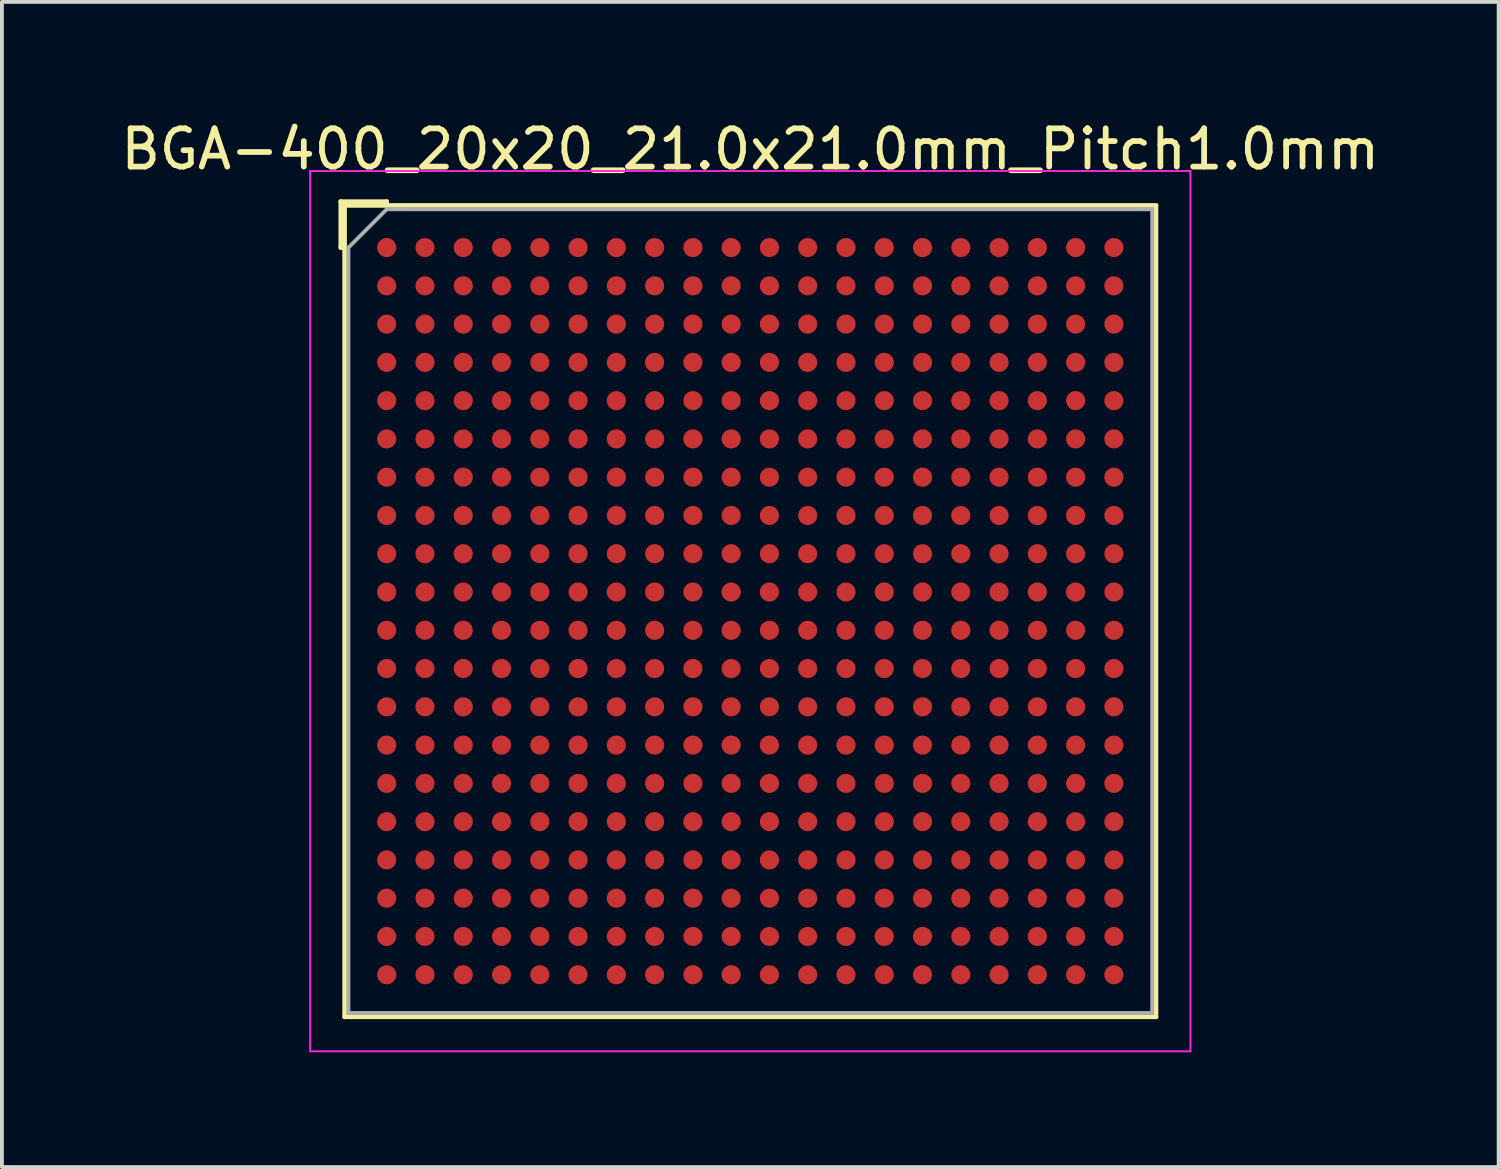
<source format=kicad_pcb>
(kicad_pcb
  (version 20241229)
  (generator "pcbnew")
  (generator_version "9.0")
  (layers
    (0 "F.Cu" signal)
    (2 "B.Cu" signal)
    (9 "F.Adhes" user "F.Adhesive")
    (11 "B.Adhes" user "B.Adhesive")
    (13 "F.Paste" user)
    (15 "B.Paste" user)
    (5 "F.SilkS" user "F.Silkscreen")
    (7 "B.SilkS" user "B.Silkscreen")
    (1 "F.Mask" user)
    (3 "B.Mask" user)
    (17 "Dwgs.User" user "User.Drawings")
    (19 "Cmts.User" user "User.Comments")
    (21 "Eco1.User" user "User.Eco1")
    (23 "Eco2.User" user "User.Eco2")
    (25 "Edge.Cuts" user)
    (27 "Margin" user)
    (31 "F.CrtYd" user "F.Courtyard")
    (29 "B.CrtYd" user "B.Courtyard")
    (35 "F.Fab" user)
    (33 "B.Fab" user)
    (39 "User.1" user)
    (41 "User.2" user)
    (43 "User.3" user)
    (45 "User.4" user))
  (footprint "BGA-400_20x20_21.0x21.0mm_Pitch1.0mm"
    (layer "F.Cu")
    (at 16.554 12.918)
    (property "Reference" "BGA-400_20x20_21.0x21.0mm_Pitch1.0mm" (at 0 -12.07 0) (layer "F.SilkS") (effects (font (size 1 1) (thickness 0.15))))
    (attr smd)
    (fp_line (start -10.7 -10.7) (end -10.6 -10.6) (stroke (width 0.12) (type solid)) (layer "F.SilkS"))
    (fp_line (start -10.7 -10.7) (end -9.5 -10.7) (stroke (width 0.12) (type solid)) (layer "F.SilkS"))
    (fp_line (start -10.7 -9.5) (end -10.7 -10.7) (stroke (width 0.12) (type solid)) (layer "F.SilkS"))
    (fp_line (start -10.7 -9.5) (end -10.6 -9.5) (stroke (width 0.12) (type solid)) (layer "F.SilkS"))
    (fp_line (start -10.6 -10.6) (end 10.6 -10.6) (stroke (width 0.12) (type solid)) (layer "F.SilkS"))
    (fp_line (start -10.6 10.6) (end -10.6 -10.6) (stroke (width 0.12) (type solid)) (layer "F.SilkS"))
    (fp_line (start -9.5 -10.7) (end -9.5 -10.6) (stroke (width 0.12) (type solid)) (layer "F.SilkS"))
    (fp_line (start 10.6 -10.6) (end 10.6 10.6) (stroke (width 0.12) (type solid)) (layer "F.SilkS"))
    (fp_line (start 10.6 10.6) (end -10.6 10.6) (stroke (width 0.12) (type solid)) (layer "F.SilkS"))
    (fp_line (start -11.5 -11.5) (end -11.5 11.5) (stroke (width 0.05) (type solid)) (layer "F.CrtYd"))
    (fp_line (start -11.5 -11.5) (end 11.5 -11.5) (stroke (width 0.05) (type solid)) (layer "F.CrtYd"))
    (fp_line (start 11.5 11.5) (end -11.5 11.5) (stroke (width 0.05) (type solid)) (layer "F.CrtYd"))
    (fp_line (start 11.5 11.5) (end 11.5 -11.5) (stroke (width 0.05) (type solid)) (layer "F.CrtYd"))
    (fp_line (start -10.5 -9.5) (end -9.5 -10.5) (stroke (width 0.1) (type solid)) (layer "F.Fab"))
    (fp_line (start -10.5 10.5) (end -10.5 -9.5) (stroke (width 0.1) (type solid)) (layer "F.Fab"))
    (fp_line (start -9.5 -10.5) (end 10.5 -10.5) (stroke (width 0.1) (type solid)) (layer "F.Fab"))
    (fp_line (start 10.5 -10.5) (end 10.5 10.5) (stroke (width 0.1) (type solid)) (layer "F.Fab"))
    (fp_line (start 10.5 10.5) (end -10.5 10.5) (stroke (width 0.1) (type solid)) (layer "F.Fab"))
    (pad "A1" smd circle (at -9.5 -9.5) (size 0.5 0.5) (layers "F.Cu" "F.Mask" "F.Paste"))
    (pad "A2" smd circle (at -8.5 -9.5) (size 0.5 0.5) (layers "F.Cu" "F.Mask" "F.Paste"))
    (pad "A3" smd circle (at -7.5 -9.5) (size 0.5 0.5) (layers "F.Cu" "F.Mask" "F.Paste"))
    (pad "A4" smd circle (at -6.5 -9.5) (size 0.5 0.5) (layers "F.Cu" "F.Mask" "F.Paste"))
    (pad "A5" smd circle (at -5.5 -9.5) (size 0.5 0.5) (layers "F.Cu" "F.Mask" "F.Paste"))
    (pad "A6" smd circle (at -4.5 -9.5) (size 0.5 0.5) (layers "F.Cu" "F.Mask" "F.Paste"))
    (pad "A7" smd circle (at -3.5 -9.5) (size 0.5 0.5) (layers "F.Cu" "F.Mask" "F.Paste"))
    (pad "A8" smd circle (at -2.5 -9.5) (size 0.5 0.5) (layers "F.Cu" "F.Mask" "F.Paste"))
    (pad "A9" smd circle (at -1.5 -9.5) (size 0.5 0.5) (layers "F.Cu" "F.Mask" "F.Paste"))
    (pad "A10" smd circle (at -0.5 -9.5) (size 0.5 0.5) (layers "F.Cu" "F.Mask" "F.Paste"))
    (pad "A11" smd circle (at 0.5 -9.5) (size 0.5 0.5) (layers "F.Cu" "F.Mask" "F.Paste"))
    (pad "A12" smd circle (at 1.5 -9.5) (size 0.5 0.5) (layers "F.Cu" "F.Mask" "F.Paste"))
    (pad "A13" smd circle (at 2.5 -9.5) (size 0.5 0.5) (layers "F.Cu" "F.Mask" "F.Paste"))
    (pad "A14" smd circle (at 3.5 -9.5) (size 0.5 0.5) (layers "F.Cu" "F.Mask" "F.Paste"))
    (pad "A15" smd circle (at 4.5 -9.5) (size 0.5 0.5) (layers "F.Cu" "F.Mask" "F.Paste"))
    (pad "A16" smd circle (at 5.5 -9.5) (size 0.5 0.5) (layers "F.Cu" "F.Mask" "F.Paste"))
    (pad "A17" smd circle (at 6.5 -9.5) (size 0.5 0.5) (layers "F.Cu" "F.Mask" "F.Paste"))
    (pad "A18" smd circle (at 7.5 -9.5) (size 0.5 0.5) (layers "F.Cu" "F.Mask" "F.Paste"))
    (pad "A19" smd circle (at 8.5 -9.5) (size 0.5 0.5) (layers "F.Cu" "F.Mask" "F.Paste"))
    (pad "A20" smd circle (at 9.5 -9.5) (size 0.5 0.5) (layers "F.Cu" "F.Mask" "F.Paste"))
    (pad "B1" smd circle (at -9.5 -8.5) (size 0.5 0.5) (layers "F.Cu" "F.Mask" "F.Paste"))
    (pad "B2" smd circle (at -8.5 -8.5) (size 0.5 0.5) (layers "F.Cu" "F.Mask" "F.Paste"))
    (pad "B3" smd circle (at -7.5 -8.5) (size 0.5 0.5) (layers "F.Cu" "F.Mask" "F.Paste"))
    (pad "B4" smd circle (at -6.5 -8.5) (size 0.5 0.5) (layers "F.Cu" "F.Mask" "F.Paste"))
    (pad "B5" smd circle (at -5.5 -8.5) (size 0.5 0.5) (layers "F.Cu" "F.Mask" "F.Paste"))
    (pad "B6" smd circle (at -4.5 -8.5) (size 0.5 0.5) (layers "F.Cu" "F.Mask" "F.Paste"))
    (pad "B7" smd circle (at -3.5 -8.5) (size 0.5 0.5) (layers "F.Cu" "F.Mask" "F.Paste"))
    (pad "B8" smd circle (at -2.5 -8.5) (size 0.5 0.5) (layers "F.Cu" "F.Mask" "F.Paste"))
    (pad "B9" smd circle (at -1.5 -8.5) (size 0.5 0.5) (layers "F.Cu" "F.Mask" "F.Paste"))
    (pad "B10" smd circle (at -0.5 -8.5) (size 0.5 0.5) (layers "F.Cu" "F.Mask" "F.Paste"))
    (pad "B11" smd circle (at 0.5 -8.5) (size 0.5 0.5) (layers "F.Cu" "F.Mask" "F.Paste"))
    (pad "B12" smd circle (at 1.5 -8.5) (size 0.5 0.5) (layers "F.Cu" "F.Mask" "F.Paste"))
    (pad "B13" smd circle (at 2.5 -8.5) (size 0.5 0.5) (layers "F.Cu" "F.Mask" "F.Paste"))
    (pad "B14" smd circle (at 3.5 -8.5) (size 0.5 0.5) (layers "F.Cu" "F.Mask" "F.Paste"))
    (pad "B15" smd circle (at 4.5 -8.5) (size 0.5 0.5) (layers "F.Cu" "F.Mask" "F.Paste"))
    (pad "B16" smd circle (at 5.5 -8.5) (size 0.5 0.5) (layers "F.Cu" "F.Mask" "F.Paste"))
    (pad "B17" smd circle (at 6.5 -8.5) (size 0.5 0.5) (layers "F.Cu" "F.Mask" "F.Paste"))
    (pad "B18" smd circle (at 7.5 -8.5) (size 0.5 0.5) (layers "F.Cu" "F.Mask" "F.Paste"))
    (pad "B19" smd circle (at 8.5 -8.5) (size 0.5 0.5) (layers "F.Cu" "F.Mask" "F.Paste"))
    (pad "B20" smd circle (at 9.5 -8.5) (size 0.5 0.5) (layers "F.Cu" "F.Mask" "F.Paste"))
    (pad "C1" smd circle (at -9.5 -7.5) (size 0.5 0.5) (layers "F.Cu" "F.Mask" "F.Paste"))
    (pad "C2" smd circle (at -8.5 -7.5) (size 0.5 0.5) (layers "F.Cu" "F.Mask" "F.Paste"))
    (pad "C3" smd circle (at -7.5 -7.5) (size 0.5 0.5) (layers "F.Cu" "F.Mask" "F.Paste"))
    (pad "C4" smd circle (at -6.5 -7.5) (size 0.5 0.5) (layers "F.Cu" "F.Mask" "F.Paste"))
    (pad "C5" smd circle (at -5.5 -7.5) (size 0.5 0.5) (layers "F.Cu" "F.Mask" "F.Paste"))
    (pad "C6" smd circle (at -4.5 -7.5) (size 0.5 0.5) (layers "F.Cu" "F.Mask" "F.Paste"))
    (pad "C7" smd circle (at -3.5 -7.5) (size 0.5 0.5) (layers "F.Cu" "F.Mask" "F.Paste"))
    (pad "C8" smd circle (at -2.5 -7.5) (size 0.5 0.5) (layers "F.Cu" "F.Mask" "F.Paste"))
    (pad "C9" smd circle (at -1.5 -7.5) (size 0.5 0.5) (layers "F.Cu" "F.Mask" "F.Paste"))
    (pad "C10" smd circle (at -0.5 -7.5) (size 0.5 0.5) (layers "F.Cu" "F.Mask" "F.Paste"))
    (pad "C11" smd circle (at 0.5 -7.5) (size 0.5 0.5) (layers "F.Cu" "F.Mask" "F.Paste"))
    (pad "C12" smd circle (at 1.5 -7.5) (size 0.5 0.5) (layers "F.Cu" "F.Mask" "F.Paste"))
    (pad "C13" smd circle (at 2.5 -7.5) (size 0.5 0.5) (layers "F.Cu" "F.Mask" "F.Paste"))
    (pad "C14" smd circle (at 3.5 -7.5) (size 0.5 0.5) (layers "F.Cu" "F.Mask" "F.Paste"))
    (pad "C15" smd circle (at 4.5 -7.5) (size 0.5 0.5) (layers "F.Cu" "F.Mask" "F.Paste"))
    (pad "C16" smd circle (at 5.5 -7.5) (size 0.5 0.5) (layers "F.Cu" "F.Mask" "F.Paste"))
    (pad "C17" smd circle (at 6.5 -7.5) (size 0.5 0.5) (layers "F.Cu" "F.Mask" "F.Paste"))
    (pad "C18" smd circle (at 7.5 -7.5) (size 0.5 0.5) (layers "F.Cu" "F.Mask" "F.Paste"))
    (pad "C19" smd circle (at 8.5 -7.5) (size 0.5 0.5) (layers "F.Cu" "F.Mask" "F.Paste"))
    (pad "C20" smd circle (at 9.5 -7.5) (size 0.5 0.5) (layers "F.Cu" "F.Mask" "F.Paste"))
    (pad "D1" smd circle (at -9.5 -6.5) (size 0.5 0.5) (layers "F.Cu" "F.Mask" "F.Paste"))
    (pad "D2" smd circle (at -8.5 -6.5) (size 0.5 0.5) (layers "F.Cu" "F.Mask" "F.Paste"))
    (pad "D3" smd circle (at -7.5 -6.5) (size 0.5 0.5) (layers "F.Cu" "F.Mask" "F.Paste"))
    (pad "D4" smd circle (at -6.5 -6.5) (size 0.5 0.5) (layers "F.Cu" "F.Mask" "F.Paste"))
    (pad "D5" smd circle (at -5.5 -6.5) (size 0.5 0.5) (layers "F.Cu" "F.Mask" "F.Paste"))
    (pad "D6" smd circle (at -4.5 -6.5) (size 0.5 0.5) (layers "F.Cu" "F.Mask" "F.Paste"))
    (pad "D7" smd circle (at -3.5 -6.5) (size 0.5 0.5) (layers "F.Cu" "F.Mask" "F.Paste"))
    (pad "D8" smd circle (at -2.5 -6.5) (size 0.5 0.5) (layers "F.Cu" "F.Mask" "F.Paste"))
    (pad "D9" smd circle (at -1.5 -6.5) (size 0.5 0.5) (layers "F.Cu" "F.Mask" "F.Paste"))
    (pad "D10" smd circle (at -0.5 -6.5) (size 0.5 0.5) (layers "F.Cu" "F.Mask" "F.Paste"))
    (pad "D11" smd circle (at 0.5 -6.5) (size 0.5 0.5) (layers "F.Cu" "F.Mask" "F.Paste"))
    (pad "D12" smd circle (at 1.5 -6.5) (size 0.5 0.5) (layers "F.Cu" "F.Mask" "F.Paste"))
    (pad "D13" smd circle (at 2.5 -6.5) (size 0.5 0.5) (layers "F.Cu" "F.Mask" "F.Paste"))
    (pad "D14" smd circle (at 3.5 -6.5) (size 0.5 0.5) (layers "F.Cu" "F.Mask" "F.Paste"))
    (pad "D15" smd circle (at 4.5 -6.5) (size 0.5 0.5) (layers "F.Cu" "F.Mask" "F.Paste"))
    (pad "D16" smd circle (at 5.5 -6.5) (size 0.5 0.5) (layers "F.Cu" "F.Mask" "F.Paste"))
    (pad "D17" smd circle (at 6.5 -6.5) (size 0.5 0.5) (layers "F.Cu" "F.Mask" "F.Paste"))
    (pad "D18" smd circle (at 7.5 -6.5) (size 0.5 0.5) (layers "F.Cu" "F.Mask" "F.Paste"))
    (pad "D19" smd circle (at 8.5 -6.5) (size 0.5 0.5) (layers "F.Cu" "F.Mask" "F.Paste"))
    (pad "D20" smd circle (at 9.5 -6.5) (size 0.5 0.5) (layers "F.Cu" "F.Mask" "F.Paste"))
    (pad "E1" smd circle (at -9.5 -5.5) (size 0.5 0.5) (layers "F.Cu" "F.Mask" "F.Paste"))
    (pad "E2" smd circle (at -8.5 -5.5) (size 0.5 0.5) (layers "F.Cu" "F.Mask" "F.Paste"))
    (pad "E3" smd circle (at -7.5 -5.5) (size 0.5 0.5) (layers "F.Cu" "F.Mask" "F.Paste"))
    (pad "E4" smd circle (at -6.5 -5.5) (size 0.5 0.5) (layers "F.Cu" "F.Mask" "F.Paste"))
    (pad "E5" smd circle (at -5.5 -5.5) (size 0.5 0.5) (layers "F.Cu" "F.Mask" "F.Paste"))
    (pad "E6" smd circle (at -4.5 -5.5) (size 0.5 0.5) (layers "F.Cu" "F.Mask" "F.Paste"))
    (pad "E7" smd circle (at -3.5 -5.5) (size 0.5 0.5) (layers "F.Cu" "F.Mask" "F.Paste"))
    (pad "E8" smd circle (at -2.5 -5.5) (size 0.5 0.5) (layers "F.Cu" "F.Mask" "F.Paste"))
    (pad "E9" smd circle (at -1.5 -5.5) (size 0.5 0.5) (layers "F.Cu" "F.Mask" "F.Paste"))
    (pad "E10" smd circle (at -0.5 -5.5) (size 0.5 0.5) (layers "F.Cu" "F.Mask" "F.Paste"))
    (pad "E11" smd circle (at 0.5 -5.5) (size 0.5 0.5) (layers "F.Cu" "F.Mask" "F.Paste"))
    (pad "E12" smd circle (at 1.5 -5.5) (size 0.5 0.5) (layers "F.Cu" "F.Mask" "F.Paste"))
    (pad "E13" smd circle (at 2.5 -5.5) (size 0.5 0.5) (layers "F.Cu" "F.Mask" "F.Paste"))
    (pad "E14" smd circle (at 3.5 -5.5) (size 0.5 0.5) (layers "F.Cu" "F.Mask" "F.Paste"))
    (pad "E15" smd circle (at 4.5 -5.5) (size 0.5 0.5) (layers "F.Cu" "F.Mask" "F.Paste"))
    (pad "E16" smd circle (at 5.5 -5.5) (size 0.5 0.5) (layers "F.Cu" "F.Mask" "F.Paste"))
    (pad "E17" smd circle (at 6.5 -5.5) (size 0.5 0.5) (layers "F.Cu" "F.Mask" "F.Paste"))
    (pad "E18" smd circle (at 7.5 -5.5) (size 0.5 0.5) (layers "F.Cu" "F.Mask" "F.Paste"))
    (pad "E19" smd circle (at 8.5 -5.5) (size 0.5 0.5) (layers "F.Cu" "F.Mask" "F.Paste"))
    (pad "E20" smd circle (at 9.5 -5.5) (size 0.5 0.5) (layers "F.Cu" "F.Mask" "F.Paste"))
    (pad "F1" smd circle (at -9.5 -4.5) (size 0.5 0.5) (layers "F.Cu" "F.Mask" "F.Paste"))
    (pad "F2" smd circle (at -8.5 -4.5) (size 0.5 0.5) (layers "F.Cu" "F.Mask" "F.Paste"))
    (pad "F3" smd circle (at -7.5 -4.5) (size 0.5 0.5) (layers "F.Cu" "F.Mask" "F.Paste"))
    (pad "F4" smd circle (at -6.5 -4.5) (size 0.5 0.5) (layers "F.Cu" "F.Mask" "F.Paste"))
    (pad "F5" smd circle (at -5.5 -4.5) (size 0.5 0.5) (layers "F.Cu" "F.Mask" "F.Paste"))
    (pad "F6" smd circle (at -4.5 -4.5) (size 0.5 0.5) (layers "F.Cu" "F.Mask" "F.Paste"))
    (pad "F7" smd circle (at -3.5 -4.5) (size 0.5 0.5) (layers "F.Cu" "F.Mask" "F.Paste"))
    (pad "F8" smd circle (at -2.5 -4.5) (size 0.5 0.5) (layers "F.Cu" "F.Mask" "F.Paste"))
    (pad "F9" smd circle (at -1.5 -4.5) (size 0.5 0.5) (layers "F.Cu" "F.Mask" "F.Paste"))
    (pad "F10" smd circle (at -0.5 -4.5) (size 0.5 0.5) (layers "F.Cu" "F.Mask" "F.Paste"))
    (pad "F11" smd circle (at 0.5 -4.5) (size 0.5 0.5) (layers "F.Cu" "F.Mask" "F.Paste"))
    (pad "F12" smd circle (at 1.5 -4.5) (size 0.5 0.5) (layers "F.Cu" "F.Mask" "F.Paste"))
    (pad "F13" smd circle (at 2.5 -4.5) (size 0.5 0.5) (layers "F.Cu" "F.Mask" "F.Paste"))
    (pad "F14" smd circle (at 3.5 -4.5) (size 0.5 0.5) (layers "F.Cu" "F.Mask" "F.Paste"))
    (pad "F15" smd circle (at 4.5 -4.5) (size 0.5 0.5) (layers "F.Cu" "F.Mask" "F.Paste"))
    (pad "F16" smd circle (at 5.5 -4.5) (size 0.5 0.5) (layers "F.Cu" "F.Mask" "F.Paste"))
    (pad "F17" smd circle (at 6.5 -4.5) (size 0.5 0.5) (layers "F.Cu" "F.Mask" "F.Paste"))
    (pad "F18" smd circle (at 7.5 -4.5) (size 0.5 0.5) (layers "F.Cu" "F.Mask" "F.Paste"))
    (pad "F19" smd circle (at 8.5 -4.5) (size 0.5 0.5) (layers "F.Cu" "F.Mask" "F.Paste"))
    (pad "F20" smd circle (at 9.5 -4.5) (size 0.5 0.5) (layers "F.Cu" "F.Mask" "F.Paste"))
    (pad "G1" smd circle (at -9.5 -3.5) (size 0.5 0.5) (layers "F.Cu" "F.Mask" "F.Paste"))
    (pad "G2" smd circle (at -8.5 -3.5) (size 0.5 0.5) (layers "F.Cu" "F.Mask" "F.Paste"))
    (pad "G3" smd circle (at -7.5 -3.5) (size 0.5 0.5) (layers "F.Cu" "F.Mask" "F.Paste"))
    (pad "G4" smd circle (at -6.5 -3.5) (size 0.5 0.5) (layers "F.Cu" "F.Mask" "F.Paste"))
    (pad "G5" smd circle (at -5.5 -3.5) (size 0.5 0.5) (layers "F.Cu" "F.Mask" "F.Paste"))
    (pad "G6" smd circle (at -4.5 -3.5) (size 0.5 0.5) (layers "F.Cu" "F.Mask" "F.Paste"))
    (pad "G7" smd circle (at -3.5 -3.5) (size 0.5 0.5) (layers "F.Cu" "F.Mask" "F.Paste"))
    (pad "G8" smd circle (at -2.5 -3.5) (size 0.5 0.5) (layers "F.Cu" "F.Mask" "F.Paste"))
    (pad "G9" smd circle (at -1.5 -3.5) (size 0.5 0.5) (layers "F.Cu" "F.Mask" "F.Paste"))
    (pad "G10" smd circle (at -0.5 -3.5) (size 0.5 0.5) (layers "F.Cu" "F.Mask" "F.Paste"))
    (pad "G11" smd circle (at 0.5 -3.5) (size 0.5 0.5) (layers "F.Cu" "F.Mask" "F.Paste"))
    (pad "G12" smd circle (at 1.5 -3.5) (size 0.5 0.5) (layers "F.Cu" "F.Mask" "F.Paste"))
    (pad "G13" smd circle (at 2.5 -3.5) (size 0.5 0.5) (layers "F.Cu" "F.Mask" "F.Paste"))
    (pad "G14" smd circle (at 3.5 -3.5) (size 0.5 0.5) (layers "F.Cu" "F.Mask" "F.Paste"))
    (pad "G15" smd circle (at 4.5 -3.5) (size 0.5 0.5) (layers "F.Cu" "F.Mask" "F.Paste"))
    (pad "G16" smd circle (at 5.5 -3.5) (size 0.5 0.5) (layers "F.Cu" "F.Mask" "F.Paste"))
    (pad "G17" smd circle (at 6.5 -3.5) (size 0.5 0.5) (layers "F.Cu" "F.Mask" "F.Paste"))
    (pad "G18" smd circle (at 7.5 -3.5) (size 0.5 0.5) (layers "F.Cu" "F.Mask" "F.Paste"))
    (pad "G19" smd circle (at 8.5 -3.5) (size 0.5 0.5) (layers "F.Cu" "F.Mask" "F.Paste"))
    (pad "G20" smd circle (at 9.5 -3.5) (size 0.5 0.5) (layers "F.Cu" "F.Mask" "F.Paste"))
    (pad "H1" smd circle (at -9.5 -2.5) (size 0.5 0.5) (layers "F.Cu" "F.Mask" "F.Paste"))
    (pad "H2" smd circle (at -8.5 -2.5) (size 0.5 0.5) (layers "F.Cu" "F.Mask" "F.Paste"))
    (pad "H3" smd circle (at -7.5 -2.5) (size 0.5 0.5) (layers "F.Cu" "F.Mask" "F.Paste"))
    (pad "H4" smd circle (at -6.5 -2.5) (size 0.5 0.5) (layers "F.Cu" "F.Mask" "F.Paste"))
    (pad "H5" smd circle (at -5.5 -2.5) (size 0.5 0.5) (layers "F.Cu" "F.Mask" "F.Paste"))
    (pad "H6" smd circle (at -4.5 -2.5) (size 0.5 0.5) (layers "F.Cu" "F.Mask" "F.Paste"))
    (pad "H7" smd circle (at -3.5 -2.5) (size 0.5 0.5) (layers "F.Cu" "F.Mask" "F.Paste"))
    (pad "H8" smd circle (at -2.5 -2.5) (size 0.5 0.5) (layers "F.Cu" "F.Mask" "F.Paste"))
    (pad "H9" smd circle (at -1.5 -2.5) (size 0.5 0.5) (layers "F.Cu" "F.Mask" "F.Paste"))
    (pad "H10" smd circle (at -0.5 -2.5) (size 0.5 0.5) (layers "F.Cu" "F.Mask" "F.Paste"))
    (pad "H11" smd circle (at 0.5 -2.5) (size 0.5 0.5) (layers "F.Cu" "F.Mask" "F.Paste"))
    (pad "H12" smd circle (at 1.5 -2.5) (size 0.5 0.5) (layers "F.Cu" "F.Mask" "F.Paste"))
    (pad "H13" smd circle (at 2.5 -2.5) (size 0.5 0.5) (layers "F.Cu" "F.Mask" "F.Paste"))
    (pad "H14" smd circle (at 3.5 -2.5) (size 0.5 0.5) (layers "F.Cu" "F.Mask" "F.Paste"))
    (pad "H15" smd circle (at 4.5 -2.5) (size 0.5 0.5) (layers "F.Cu" "F.Mask" "F.Paste"))
    (pad "H16" smd circle (at 5.5 -2.5) (size 0.5 0.5) (layers "F.Cu" "F.Mask" "F.Paste"))
    (pad "H17" smd circle (at 6.5 -2.5) (size 0.5 0.5) (layers "F.Cu" "F.Mask" "F.Paste"))
    (pad "H18" smd circle (at 7.5 -2.5) (size 0.5 0.5) (layers "F.Cu" "F.Mask" "F.Paste"))
    (pad "H19" smd circle (at 8.5 -2.5) (size 0.5 0.5) (layers "F.Cu" "F.Mask" "F.Paste"))
    (pad "H20" smd circle (at 9.5 -2.5) (size 0.5 0.5) (layers "F.Cu" "F.Mask" "F.Paste"))
    (pad "J1" smd circle (at -9.5 -1.5) (size 0.5 0.5) (layers "F.Cu" "F.Mask" "F.Paste"))
    (pad "J2" smd circle (at -8.5 -1.5) (size 0.5 0.5) (layers "F.Cu" "F.Mask" "F.Paste"))
    (pad "J3" smd circle (at -7.5 -1.5) (size 0.5 0.5) (layers "F.Cu" "F.Mask" "F.Paste"))
    (pad "J4" smd circle (at -6.5 -1.5) (size 0.5 0.5) (layers "F.Cu" "F.Mask" "F.Paste"))
    (pad "J5" smd circle (at -5.5 -1.5) (size 0.5 0.5) (layers "F.Cu" "F.Mask" "F.Paste"))
    (pad "J6" smd circle (at -4.5 -1.5) (size 0.5 0.5) (layers "F.Cu" "F.Mask" "F.Paste"))
    (pad "J7" smd circle (at -3.5 -1.5) (size 0.5 0.5) (layers "F.Cu" "F.Mask" "F.Paste"))
    (pad "J8" smd circle (at -2.5 -1.5) (size 0.5 0.5) (layers "F.Cu" "F.Mask" "F.Paste"))
    (pad "J9" smd circle (at -1.5 -1.5) (size 0.5 0.5) (layers "F.Cu" "F.Mask" "F.Paste"))
    (pad "J10" smd circle (at -0.5 -1.5) (size 0.5 0.5) (layers "F.Cu" "F.Mask" "F.Paste"))
    (pad "J11" smd circle (at 0.5 -1.5) (size 0.5 0.5) (layers "F.Cu" "F.Mask" "F.Paste"))
    (pad "J12" smd circle (at 1.5 -1.5) (size 0.5 0.5) (layers "F.Cu" "F.Mask" "F.Paste"))
    (pad "J13" smd circle (at 2.5 -1.5) (size 0.5 0.5) (layers "F.Cu" "F.Mask" "F.Paste"))
    (pad "J14" smd circle (at 3.5 -1.5) (size 0.5 0.5) (layers "F.Cu" "F.Mask" "F.Paste"))
    (pad "J15" smd circle (at 4.5 -1.5) (size 0.5 0.5) (layers "F.Cu" "F.Mask" "F.Paste"))
    (pad "J16" smd circle (at 5.5 -1.5) (size 0.5 0.5) (layers "F.Cu" "F.Mask" "F.Paste"))
    (pad "J17" smd circle (at 6.5 -1.5) (size 0.5 0.5) (layers "F.Cu" "F.Mask" "F.Paste"))
    (pad "J18" smd circle (at 7.5 -1.5) (size 0.5 0.5) (layers "F.Cu" "F.Mask" "F.Paste"))
    (pad "J19" smd circle (at 8.5 -1.5) (size 0.5 0.5) (layers "F.Cu" "F.Mask" "F.Paste"))
    (pad "J20" smd circle (at 9.5 -1.5) (size 0.5 0.5) (layers "F.Cu" "F.Mask" "F.Paste"))
    (pad "K1" smd circle (at -9.5 -0.5) (size 0.5 0.5) (layers "F.Cu" "F.Mask" "F.Paste"))
    (pad "K2" smd circle (at -8.5 -0.5) (size 0.5 0.5) (layers "F.Cu" "F.Mask" "F.Paste"))
    (pad "K3" smd circle (at -7.5 -0.5) (size 0.5 0.5) (layers "F.Cu" "F.Mask" "F.Paste"))
    (pad "K4" smd circle (at -6.5 -0.5) (size 0.5 0.5) (layers "F.Cu" "F.Mask" "F.Paste"))
    (pad "K5" smd circle (at -5.5 -0.5) (size 0.5 0.5) (layers "F.Cu" "F.Mask" "F.Paste"))
    (pad "K6" smd circle (at -4.5 -0.5) (size 0.5 0.5) (layers "F.Cu" "F.Mask" "F.Paste"))
    (pad "K7" smd circle (at -3.5 -0.5) (size 0.5 0.5) (layers "F.Cu" "F.Mask" "F.Paste"))
    (pad "K8" smd circle (at -2.5 -0.5) (size 0.5 0.5) (layers "F.Cu" "F.Mask" "F.Paste"))
    (pad "K9" smd circle (at -1.5 -0.5) (size 0.5 0.5) (layers "F.Cu" "F.Mask" "F.Paste"))
    (pad "K10" smd circle (at -0.5 -0.5) (size 0.5 0.5) (layers "F.Cu" "F.Mask" "F.Paste"))
    (pad "K11" smd circle (at 0.5 -0.5) (size 0.5 0.5) (layers "F.Cu" "F.Mask" "F.Paste"))
    (pad "K12" smd circle (at 1.5 -0.5) (size 0.5 0.5) (layers "F.Cu" "F.Mask" "F.Paste"))
    (pad "K13" smd circle (at 2.5 -0.5) (size 0.5 0.5) (layers "F.Cu" "F.Mask" "F.Paste"))
    (pad "K14" smd circle (at 3.5 -0.5) (size 0.5 0.5) (layers "F.Cu" "F.Mask" "F.Paste"))
    (pad "K15" smd circle (at 4.5 -0.5) (size 0.5 0.5) (layers "F.Cu" "F.Mask" "F.Paste"))
    (pad "K16" smd circle (at 5.5 -0.5) (size 0.5 0.5) (layers "F.Cu" "F.Mask" "F.Paste"))
    (pad "K17" smd circle (at 6.5 -0.5) (size 0.5 0.5) (layers "F.Cu" "F.Mask" "F.Paste"))
    (pad "K18" smd circle (at 7.5 -0.5) (size 0.5 0.5) (layers "F.Cu" "F.Mask" "F.Paste"))
    (pad "K19" smd circle (at 8.5 -0.5) (size 0.5 0.5) (layers "F.Cu" "F.Mask" "F.Paste"))
    (pad "K20" smd circle (at 9.5 -0.5) (size 0.5 0.5) (layers "F.Cu" "F.Mask" "F.Paste"))
    (pad "L1" smd circle (at -9.5 0.5) (size 0.5 0.5) (layers "F.Cu" "F.Mask" "F.Paste"))
    (pad "L2" smd circle (at -8.5 0.5) (size 0.5 0.5) (layers "F.Cu" "F.Mask" "F.Paste"))
    (pad "L3" smd circle (at -7.5 0.5) (size 0.5 0.5) (layers "F.Cu" "F.Mask" "F.Paste"))
    (pad "L4" smd circle (at -6.5 0.5) (size 0.5 0.5) (layers "F.Cu" "F.Mask" "F.Paste"))
    (pad "L5" smd circle (at -5.5 0.5) (size 0.5 0.5) (layers "F.Cu" "F.Mask" "F.Paste"))
    (pad "L6" smd circle (at -4.5 0.5) (size 0.5 0.5) (layers "F.Cu" "F.Mask" "F.Paste"))
    (pad "L7" smd circle (at -3.5 0.5) (size 0.5 0.5) (layers "F.Cu" "F.Mask" "F.Paste"))
    (pad "L8" smd circle (at -2.5 0.5) (size 0.5 0.5) (layers "F.Cu" "F.Mask" "F.Paste"))
    (pad "L9" smd circle (at -1.5 0.5) (size 0.5 0.5) (layers "F.Cu" "F.Mask" "F.Paste"))
    (pad "L10" smd circle (at -0.5 0.5) (size 0.5 0.5) (layers "F.Cu" "F.Mask" "F.Paste"))
    (pad "L11" smd circle (at 0.5 0.5) (size 0.5 0.5) (layers "F.Cu" "F.Mask" "F.Paste"))
    (pad "L12" smd circle (at 1.5 0.5) (size 0.5 0.5) (layers "F.Cu" "F.Mask" "F.Paste"))
    (pad "L13" smd circle (at 2.5 0.5) (size 0.5 0.5) (layers "F.Cu" "F.Mask" "F.Paste"))
    (pad "L14" smd circle (at 3.5 0.5) (size 0.5 0.5) (layers "F.Cu" "F.Mask" "F.Paste"))
    (pad "L15" smd circle (at 4.5 0.5) (size 0.5 0.5) (layers "F.Cu" "F.Mask" "F.Paste"))
    (pad "L16" smd circle (at 5.5 0.5) (size 0.5 0.5) (layers "F.Cu" "F.Mask" "F.Paste"))
    (pad "L17" smd circle (at 6.5 0.5) (size 0.5 0.5) (layers "F.Cu" "F.Mask" "F.Paste"))
    (pad "L18" smd circle (at 7.5 0.5) (size 0.5 0.5) (layers "F.Cu" "F.Mask" "F.Paste"))
    (pad "L19" smd circle (at 8.5 0.5) (size 0.5 0.5) (layers "F.Cu" "F.Mask" "F.Paste"))
    (pad "L20" smd circle (at 9.5 0.5) (size 0.5 0.5) (layers "F.Cu" "F.Mask" "F.Paste"))
    (pad "M1" smd circle (at -9.5 1.5) (size 0.5 0.5) (layers "F.Cu" "F.Mask" "F.Paste"))
    (pad "M2" smd circle (at -8.5 1.5) (size 0.5 0.5) (layers "F.Cu" "F.Mask" "F.Paste"))
    (pad "M3" smd circle (at -7.5 1.5) (size 0.5 0.5) (layers "F.Cu" "F.Mask" "F.Paste"))
    (pad "M4" smd circle (at -6.5 1.5) (size 0.5 0.5) (layers "F.Cu" "F.Mask" "F.Paste"))
    (pad "M5" smd circle (at -5.5 1.5) (size 0.5 0.5) (layers "F.Cu" "F.Mask" "F.Paste"))
    (pad "M6" smd circle (at -4.5 1.5) (size 0.5 0.5) (layers "F.Cu" "F.Mask" "F.Paste"))
    (pad "M7" smd circle (at -3.5 1.5) (size 0.5 0.5) (layers "F.Cu" "F.Mask" "F.Paste"))
    (pad "M8" smd circle (at -2.5 1.5) (size 0.5 0.5) (layers "F.Cu" "F.Mask" "F.Paste"))
    (pad "M9" smd circle (at -1.5 1.5) (size 0.5 0.5) (layers "F.Cu" "F.Mask" "F.Paste"))
    (pad "M10" smd circle (at -0.5 1.5) (size 0.5 0.5) (layers "F.Cu" "F.Mask" "F.Paste"))
    (pad "M11" smd circle (at 0.5 1.5) (size 0.5 0.5) (layers "F.Cu" "F.Mask" "F.Paste"))
    (pad "M12" smd circle (at 1.5 1.5) (size 0.5 0.5) (layers "F.Cu" "F.Mask" "F.Paste"))
    (pad "M13" smd circle (at 2.5 1.5) (size 0.5 0.5) (layers "F.Cu" "F.Mask" "F.Paste"))
    (pad "M14" smd circle (at 3.5 1.5) (size 0.5 0.5) (layers "F.Cu" "F.Mask" "F.Paste"))
    (pad "M15" smd circle (at 4.5 1.5) (size 0.5 0.5) (layers "F.Cu" "F.Mask" "F.Paste"))
    (pad "M16" smd circle (at 5.5 1.5) (size 0.5 0.5) (layers "F.Cu" "F.Mask" "F.Paste"))
    (pad "M17" smd circle (at 6.5 1.5) (size 0.5 0.5) (layers "F.Cu" "F.Mask" "F.Paste"))
    (pad "M18" smd circle (at 7.5 1.5) (size 0.5 0.5) (layers "F.Cu" "F.Mask" "F.Paste"))
    (pad "M19" smd circle (at 8.5 1.5) (size 0.5 0.5) (layers "F.Cu" "F.Mask" "F.Paste"))
    (pad "M20" smd circle (at 9.5 1.5) (size 0.5 0.5) (layers "F.Cu" "F.Mask" "F.Paste"))
    (pad "N1" smd circle (at -9.5 2.5) (size 0.5 0.5) (layers "F.Cu" "F.Mask" "F.Paste"))
    (pad "N2" smd circle (at -8.5 2.5) (size 0.5 0.5) (layers "F.Cu" "F.Mask" "F.Paste"))
    (pad "N3" smd circle (at -7.5 2.5) (size 0.5 0.5) (layers "F.Cu" "F.Mask" "F.Paste"))
    (pad "N4" smd circle (at -6.5 2.5) (size 0.5 0.5) (layers "F.Cu" "F.Mask" "F.Paste"))
    (pad "N5" smd circle (at -5.5 2.5) (size 0.5 0.5) (layers "F.Cu" "F.Mask" "F.Paste"))
    (pad "N6" smd circle (at -4.5 2.5) (size 0.5 0.5) (layers "F.Cu" "F.Mask" "F.Paste"))
    (pad "N7" smd circle (at -3.5 2.5) (size 0.5 0.5) (layers "F.Cu" "F.Mask" "F.Paste"))
    (pad "N8" smd circle (at -2.5 2.5) (size 0.5 0.5) (layers "F.Cu" "F.Mask" "F.Paste"))
    (pad "N9" smd circle (at -1.5 2.5) (size 0.5 0.5) (layers "F.Cu" "F.Mask" "F.Paste"))
    (pad "N10" smd circle (at -0.5 2.5) (size 0.5 0.5) (layers "F.Cu" "F.Mask" "F.Paste"))
    (pad "N11" smd circle (at 0.5 2.5) (size 0.5 0.5) (layers "F.Cu" "F.Mask" "F.Paste"))
    (pad "N12" smd circle (at 1.5 2.5) (size 0.5 0.5) (layers "F.Cu" "F.Mask" "F.Paste"))
    (pad "N13" smd circle (at 2.5 2.5) (size 0.5 0.5) (layers "F.Cu" "F.Mask" "F.Paste"))
    (pad "N14" smd circle (at 3.5 2.5) (size 0.5 0.5) (layers "F.Cu" "F.Mask" "F.Paste"))
    (pad "N15" smd circle (at 4.5 2.5) (size 0.5 0.5) (layers "F.Cu" "F.Mask" "F.Paste"))
    (pad "N16" smd circle (at 5.5 2.5) (size 0.5 0.5) (layers "F.Cu" "F.Mask" "F.Paste"))
    (pad "N17" smd circle (at 6.5 2.5) (size 0.5 0.5) (layers "F.Cu" "F.Mask" "F.Paste"))
    (pad "N18" smd circle (at 7.5 2.5) (size 0.5 0.5) (layers "F.Cu" "F.Mask" "F.Paste"))
    (pad "N19" smd circle (at 8.5 2.5) (size 0.5 0.5) (layers "F.Cu" "F.Mask" "F.Paste"))
    (pad "N20" smd circle (at 9.5 2.5) (size 0.5 0.5) (layers "F.Cu" "F.Mask" "F.Paste"))
    (pad "P1" smd circle (at -9.5 3.5) (size 0.5 0.5) (layers "F.Cu" "F.Mask" "F.Paste"))
    (pad "P2" smd circle (at -8.5 3.5) (size 0.5 0.5) (layers "F.Cu" "F.Mask" "F.Paste"))
    (pad "P3" smd circle (at -7.5 3.5) (size 0.5 0.5) (layers "F.Cu" "F.Mask" "F.Paste"))
    (pad "P4" smd circle (at -6.5 3.5) (size 0.5 0.5) (layers "F.Cu" "F.Mask" "F.Paste"))
    (pad "P5" smd circle (at -5.5 3.5) (size 0.5 0.5) (layers "F.Cu" "F.Mask" "F.Paste"))
    (pad "P6" smd circle (at -4.5 3.5) (size 0.5 0.5) (layers "F.Cu" "F.Mask" "F.Paste"))
    (pad "P7" smd circle (at -3.5 3.5) (size 0.5 0.5) (layers "F.Cu" "F.Mask" "F.Paste"))
    (pad "P8" smd circle (at -2.5 3.5) (size 0.5 0.5) (layers "F.Cu" "F.Mask" "F.Paste"))
    (pad "P9" smd circle (at -1.5 3.5) (size 0.5 0.5) (layers "F.Cu" "F.Mask" "F.Paste"))
    (pad "P10" smd circle (at -0.5 3.5) (size 0.5 0.5) (layers "F.Cu" "F.Mask" "F.Paste"))
    (pad "P11" smd circle (at 0.5 3.5) (size 0.5 0.5) (layers "F.Cu" "F.Mask" "F.Paste"))
    (pad "P12" smd circle (at 1.5 3.5) (size 0.5 0.5) (layers "F.Cu" "F.Mask" "F.Paste"))
    (pad "P13" smd circle (at 2.5 3.5) (size 0.5 0.5) (layers "F.Cu" "F.Mask" "F.Paste"))
    (pad "P14" smd circle (at 3.5 3.5) (size 0.5 0.5) (layers "F.Cu" "F.Mask" "F.Paste"))
    (pad "P15" smd circle (at 4.5 3.5) (size 0.5 0.5) (layers "F.Cu" "F.Mask" "F.Paste"))
    (pad "P16" smd circle (at 5.5 3.5) (size 0.5 0.5) (layers "F.Cu" "F.Mask" "F.Paste"))
    (pad "P17" smd circle (at 6.5 3.5) (size 0.5 0.5) (layers "F.Cu" "F.Mask" "F.Paste"))
    (pad "P18" smd circle (at 7.5 3.5) (size 0.5 0.5) (layers "F.Cu" "F.Mask" "F.Paste"))
    (pad "P19" smd circle (at 8.5 3.5) (size 0.5 0.5) (layers "F.Cu" "F.Mask" "F.Paste"))
    (pad "P20" smd circle (at 9.5 3.5) (size 0.5 0.5) (layers "F.Cu" "F.Mask" "F.Paste"))
    (pad "R1" smd circle (at -9.5 4.5) (size 0.5 0.5) (layers "F.Cu" "F.Mask" "F.Paste"))
    (pad "R2" smd circle (at -8.5 4.5) (size 0.5 0.5) (layers "F.Cu" "F.Mask" "F.Paste"))
    (pad "R3" smd circle (at -7.5 4.5) (size 0.5 0.5) (layers "F.Cu" "F.Mask" "F.Paste"))
    (pad "R4" smd circle (at -6.5 4.5) (size 0.5 0.5) (layers "F.Cu" "F.Mask" "F.Paste"))
    (pad "R5" smd circle (at -5.5 4.5) (size 0.5 0.5) (layers "F.Cu" "F.Mask" "F.Paste"))
    (pad "R6" smd circle (at -4.5 4.5) (size 0.5 0.5) (layers "F.Cu" "F.Mask" "F.Paste"))
    (pad "R7" smd circle (at -3.5 4.5) (size 0.5 0.5) (layers "F.Cu" "F.Mask" "F.Paste"))
    (pad "R8" smd circle (at -2.5 4.5) (size 0.5 0.5) (layers "F.Cu" "F.Mask" "F.Paste"))
    (pad "R9" smd circle (at -1.5 4.5) (size 0.5 0.5) (layers "F.Cu" "F.Mask" "F.Paste"))
    (pad "R10" smd circle (at -0.5 4.5) (size 0.5 0.5) (layers "F.Cu" "F.Mask" "F.Paste"))
    (pad "R11" smd circle (at 0.5 4.5) (size 0.5 0.5) (layers "F.Cu" "F.Mask" "F.Paste"))
    (pad "R12" smd circle (at 1.5 4.5) (size 0.5 0.5) (layers "F.Cu" "F.Mask" "F.Paste"))
    (pad "R13" smd circle (at 2.5 4.5) (size 0.5 0.5) (layers "F.Cu" "F.Mask" "F.Paste"))
    (pad "R14" smd circle (at 3.5 4.5) (size 0.5 0.5) (layers "F.Cu" "F.Mask" "F.Paste"))
    (pad "R15" smd circle (at 4.5 4.5) (size 0.5 0.5) (layers "F.Cu" "F.Mask" "F.Paste"))
    (pad "R16" smd circle (at 5.5 4.5) (size 0.5 0.5) (layers "F.Cu" "F.Mask" "F.Paste"))
    (pad "R17" smd circle (at 6.5 4.5) (size 0.5 0.5) (layers "F.Cu" "F.Mask" "F.Paste"))
    (pad "R18" smd circle (at 7.5 4.5) (size 0.5 0.5) (layers "F.Cu" "F.Mask" "F.Paste"))
    (pad "R19" smd circle (at 8.5 4.5) (size 0.5 0.5) (layers "F.Cu" "F.Mask" "F.Paste"))
    (pad "R20" smd circle (at 9.5 4.5) (size 0.5 0.5) (layers "F.Cu" "F.Mask" "F.Paste"))
    (pad "T1" smd circle (at -9.5 5.5) (size 0.5 0.5) (layers "F.Cu" "F.Mask" "F.Paste"))
    (pad "T2" smd circle (at -8.5 5.5) (size 0.5 0.5) (layers "F.Cu" "F.Mask" "F.Paste"))
    (pad "T3" smd circle (at -7.5 5.5) (size 0.5 0.5) (layers "F.Cu" "F.Mask" "F.Paste"))
    (pad "T4" smd circle (at -6.5 5.5) (size 0.5 0.5) (layers "F.Cu" "F.Mask" "F.Paste"))
    (pad "T5" smd circle (at -5.5 5.5) (size 0.5 0.5) (layers "F.Cu" "F.Mask" "F.Paste"))
    (pad "T6" smd circle (at -4.5 5.5) (size 0.5 0.5) (layers "F.Cu" "F.Mask" "F.Paste"))
    (pad "T7" smd circle (at -3.5 5.5) (size 0.5 0.5) (layers "F.Cu" "F.Mask" "F.Paste"))
    (pad "T8" smd circle (at -2.5 5.5) (size 0.5 0.5) (layers "F.Cu" "F.Mask" "F.Paste"))
    (pad "T9" smd circle (at -1.5 5.5) (size 0.5 0.5) (layers "F.Cu" "F.Mask" "F.Paste"))
    (pad "T10" smd circle (at -0.5 5.5) (size 0.5 0.5) (layers "F.Cu" "F.Mask" "F.Paste"))
    (pad "T11" smd circle (at 0.5 5.5) (size 0.5 0.5) (layers "F.Cu" "F.Mask" "F.Paste"))
    (pad "T12" smd circle (at 1.5 5.5) (size 0.5 0.5) (layers "F.Cu" "F.Mask" "F.Paste"))
    (pad "T13" smd circle (at 2.5 5.5) (size 0.5 0.5) (layers "F.Cu" "F.Mask" "F.Paste"))
    (pad "T14" smd circle (at 3.5 5.5) (size 0.5 0.5) (layers "F.Cu" "F.Mask" "F.Paste"))
    (pad "T15" smd circle (at 4.5 5.5) (size 0.5 0.5) (layers "F.Cu" "F.Mask" "F.Paste"))
    (pad "T16" smd circle (at 5.5 5.5) (size 0.5 0.5) (layers "F.Cu" "F.Mask" "F.Paste"))
    (pad "T17" smd circle (at 6.5 5.5) (size 0.5 0.5) (layers "F.Cu" "F.Mask" "F.Paste"))
    (pad "T18" smd circle (at 7.5 5.5) (size 0.5 0.5) (layers "F.Cu" "F.Mask" "F.Paste"))
    (pad "T19" smd circle (at 8.5 5.5) (size 0.5 0.5) (layers "F.Cu" "F.Mask" "F.Paste"))
    (pad "T20" smd circle (at 9.5 5.5) (size 0.5 0.5) (layers "F.Cu" "F.Mask" "F.Paste"))
    (pad "U1" smd circle (at -9.5 6.5) (size 0.5 0.5) (layers "F.Cu" "F.Mask" "F.Paste"))
    (pad "U2" smd circle (at -8.5 6.5) (size 0.5 0.5) (layers "F.Cu" "F.Mask" "F.Paste"))
    (pad "U3" smd circle (at -7.5 6.5) (size 0.5 0.5) (layers "F.Cu" "F.Mask" "F.Paste"))
    (pad "U4" smd circle (at -6.5 6.5) (size 0.5 0.5) (layers "F.Cu" "F.Mask" "F.Paste"))
    (pad "U5" smd circle (at -5.5 6.5) (size 0.5 0.5) (layers "F.Cu" "F.Mask" "F.Paste"))
    (pad "U6" smd circle (at -4.5 6.5) (size 0.5 0.5) (layers "F.Cu" "F.Mask" "F.Paste"))
    (pad "U7" smd circle (at -3.5 6.5) (size 0.5 0.5) (layers "F.Cu" "F.Mask" "F.Paste"))
    (pad "U8" smd circle (at -2.5 6.5) (size 0.5 0.5) (layers "F.Cu" "F.Mask" "F.Paste"))
    (pad "U9" smd circle (at -1.5 6.5) (size 0.5 0.5) (layers "F.Cu" "F.Mask" "F.Paste"))
    (pad "U10" smd circle (at -0.5 6.5) (size 0.5 0.5) (layers "F.Cu" "F.Mask" "F.Paste"))
    (pad "U11" smd circle (at 0.5 6.5) (size 0.5 0.5) (layers "F.Cu" "F.Mask" "F.Paste"))
    (pad "U12" smd circle (at 1.5 6.5) (size 0.5 0.5) (layers "F.Cu" "F.Mask" "F.Paste"))
    (pad "U13" smd circle (at 2.5 6.5) (size 0.5 0.5) (layers "F.Cu" "F.Mask" "F.Paste"))
    (pad "U14" smd circle (at 3.5 6.5) (size 0.5 0.5) (layers "F.Cu" "F.Mask" "F.Paste"))
    (pad "U15" smd circle (at 4.5 6.5) (size 0.5 0.5) (layers "F.Cu" "F.Mask" "F.Paste"))
    (pad "U16" smd circle (at 5.5 6.5) (size 0.5 0.5) (layers "F.Cu" "F.Mask" "F.Paste"))
    (pad "U17" smd circle (at 6.5 6.5) (size 0.5 0.5) (layers "F.Cu" "F.Mask" "F.Paste"))
    (pad "U18" smd circle (at 7.5 6.5) (size 0.5 0.5) (layers "F.Cu" "F.Mask" "F.Paste"))
    (pad "U19" smd circle (at 8.5 6.5) (size 0.5 0.5) (layers "F.Cu" "F.Mask" "F.Paste"))
    (pad "U20" smd circle (at 9.5 6.5) (size 0.5 0.5) (layers "F.Cu" "F.Mask" "F.Paste"))
    (pad "V1" smd circle (at -9.5 7.5) (size 0.5 0.5) (layers "F.Cu" "F.Mask" "F.Paste"))
    (pad "V2" smd circle (at -8.5 7.5) (size 0.5 0.5) (layers "F.Cu" "F.Mask" "F.Paste"))
    (pad "V3" smd circle (at -7.5 7.5) (size 0.5 0.5) (layers "F.Cu" "F.Mask" "F.Paste"))
    (pad "V4" smd circle (at -6.5 7.5) (size 0.5 0.5) (layers "F.Cu" "F.Mask" "F.Paste"))
    (pad "V5" smd circle (at -5.5 7.5) (size 0.5 0.5) (layers "F.Cu" "F.Mask" "F.Paste"))
    (pad "V6" smd circle (at -4.5 7.5) (size 0.5 0.5) (layers "F.Cu" "F.Mask" "F.Paste"))
    (pad "V7" smd circle (at -3.5 7.5) (size 0.5 0.5) (layers "F.Cu" "F.Mask" "F.Paste"))
    (pad "V8" smd circle (at -2.5 7.5) (size 0.5 0.5) (layers "F.Cu" "F.Mask" "F.Paste"))
    (pad "V9" smd circle (at -1.5 7.5) (size 0.5 0.5) (layers "F.Cu" "F.Mask" "F.Paste"))
    (pad "V10" smd circle (at -0.5 7.5) (size 0.5 0.5) (layers "F.Cu" "F.Mask" "F.Paste"))
    (pad "V11" smd circle (at 0.5 7.5) (size 0.5 0.5) (layers "F.Cu" "F.Mask" "F.Paste"))
    (pad "V12" smd circle (at 1.5 7.5) (size 0.5 0.5) (layers "F.Cu" "F.Mask" "F.Paste"))
    (pad "V13" smd circle (at 2.5 7.5) (size 0.5 0.5) (layers "F.Cu" "F.Mask" "F.Paste"))
    (pad "V14" smd circle (at 3.5 7.5) (size 0.5 0.5) (layers "F.Cu" "F.Mask" "F.Paste"))
    (pad "V15" smd circle (at 4.5 7.5) (size 0.5 0.5) (layers "F.Cu" "F.Mask" "F.Paste"))
    (pad "V16" smd circle (at 5.5 7.5) (size 0.5 0.5) (layers "F.Cu" "F.Mask" "F.Paste"))
    (pad "V17" smd circle (at 6.5 7.5) (size 0.5 0.5) (layers "F.Cu" "F.Mask" "F.Paste"))
    (pad "V18" smd circle (at 7.5 7.5) (size 0.5 0.5) (layers "F.Cu" "F.Mask" "F.Paste"))
    (pad "V19" smd circle (at 8.5 7.5) (size 0.5 0.5) (layers "F.Cu" "F.Mask" "F.Paste"))
    (pad "V20" smd circle (at 9.5 7.5) (size 0.5 0.5) (layers "F.Cu" "F.Mask" "F.Paste"))
    (pad "W1" smd circle (at -9.5 8.5) (size 0.5 0.5) (layers "F.Cu" "F.Mask" "F.Paste"))
    (pad "W2" smd circle (at -8.5 8.5) (size 0.5 0.5) (layers "F.Cu" "F.Mask" "F.Paste"))
    (pad "W3" smd circle (at -7.5 8.5) (size 0.5 0.5) (layers "F.Cu" "F.Mask" "F.Paste"))
    (pad "W4" smd circle (at -6.5 8.5) (size 0.5 0.5) (layers "F.Cu" "F.Mask" "F.Paste"))
    (pad "W5" smd circle (at -5.5 8.5) (size 0.5 0.5) (layers "F.Cu" "F.Mask" "F.Paste"))
    (pad "W6" smd circle (at -4.5 8.5) (size 0.5 0.5) (layers "F.Cu" "F.Mask" "F.Paste"))
    (pad "W7" smd circle (at -3.5 8.5) (size 0.5 0.5) (layers "F.Cu" "F.Mask" "F.Paste"))
    (pad "W8" smd circle (at -2.5 8.5) (size 0.5 0.5) (layers "F.Cu" "F.Mask" "F.Paste"))
    (pad "W9" smd circle (at -1.5 8.5) (size 0.5 0.5) (layers "F.Cu" "F.Mask" "F.Paste"))
    (pad "W10" smd circle (at -0.5 8.5) (size 0.5 0.5) (layers "F.Cu" "F.Mask" "F.Paste"))
    (pad "W11" smd circle (at 0.5 8.5) (size 0.5 0.5) (layers "F.Cu" "F.Mask" "F.Paste"))
    (pad "W12" smd circle (at 1.5 8.5) (size 0.5 0.5) (layers "F.Cu" "F.Mask" "F.Paste"))
    (pad "W13" smd circle (at 2.5 8.5) (size 0.5 0.5) (layers "F.Cu" "F.Mask" "F.Paste"))
    (pad "W14" smd circle (at 3.5 8.5) (size 0.5 0.5) (layers "F.Cu" "F.Mask" "F.Paste"))
    (pad "W15" smd circle (at 4.5 8.5) (size 0.5 0.5) (layers "F.Cu" "F.Mask" "F.Paste"))
    (pad "W16" smd circle (at 5.5 8.5) (size 0.5 0.5) (layers "F.Cu" "F.Mask" "F.Paste"))
    (pad "W17" smd circle (at 6.5 8.5) (size 0.5 0.5) (layers "F.Cu" "F.Mask" "F.Paste"))
    (pad "W18" smd circle (at 7.5 8.5) (size 0.5 0.5) (layers "F.Cu" "F.Mask" "F.Paste"))
    (pad "W19" smd circle (at 8.5 8.5) (size 0.5 0.5) (layers "F.Cu" "F.Mask" "F.Paste"))
    (pad "W20" smd circle (at 9.5 8.5) (size 0.5 0.5) (layers "F.Cu" "F.Mask" "F.Paste"))
    (pad "Y1" smd circle (at -9.5 9.5) (size 0.5 0.5) (layers "F.Cu" "F.Mask" "F.Paste"))
    (pad "Y2" smd circle (at -8.5 9.5) (size 0.5 0.5) (layers "F.Cu" "F.Mask" "F.Paste"))
    (pad "Y3" smd circle (at -7.5 9.5) (size 0.5 0.5) (layers "F.Cu" "F.Mask" "F.Paste"))
    (pad "Y4" smd circle (at -6.5 9.5) (size 0.5 0.5) (layers "F.Cu" "F.Mask" "F.Paste"))
    (pad "Y5" smd circle (at -5.5 9.5) (size 0.5 0.5) (layers "F.Cu" "F.Mask" "F.Paste"))
    (pad "Y6" smd circle (at -4.5 9.5) (size 0.5 0.5) (layers "F.Cu" "F.Mask" "F.Paste"))
    (pad "Y7" smd circle (at -3.5 9.5) (size 0.5 0.5) (layers "F.Cu" "F.Mask" "F.Paste"))
    (pad "Y8" smd circle (at -2.5 9.5) (size 0.5 0.5) (layers "F.Cu" "F.Mask" "F.Paste"))
    (pad "Y9" smd circle (at -1.5 9.5) (size 0.5 0.5) (layers "F.Cu" "F.Mask" "F.Paste"))
    (pad "Y10" smd circle (at -0.5 9.5) (size 0.5 0.5) (layers "F.Cu" "F.Mask" "F.Paste"))
    (pad "Y11" smd circle (at 0.5 9.5) (size 0.5 0.5) (layers "F.Cu" "F.Mask" "F.Paste"))
    (pad "Y12" smd circle (at 1.5 9.5) (size 0.5 0.5) (layers "F.Cu" "F.Mask" "F.Paste"))
    (pad "Y13" smd circle (at 2.5 9.5) (size 0.5 0.5) (layers "F.Cu" "F.Mask" "F.Paste"))
    (pad "Y14" smd circle (at 3.5 9.5) (size 0.5 0.5) (layers "F.Cu" "F.Mask" "F.Paste"))
    (pad "Y15" smd circle (at 4.5 9.5) (size 0.5 0.5) (layers "F.Cu" "F.Mask" "F.Paste"))
    (pad "Y16" smd circle (at 5.5 9.5) (size 0.5 0.5) (layers "F.Cu" "F.Mask" "F.Paste"))
    (pad "Y17" smd circle (at 6.5 9.5) (size 0.5 0.5) (layers "F.Cu" "F.Mask" "F.Paste"))
    (pad "Y18" smd circle (at 7.5 9.5) (size 0.5 0.5) (layers "F.Cu" "F.Mask" "F.Paste"))
    (pad "Y19" smd circle (at 8.5 9.5) (size 0.5 0.5) (layers "F.Cu" "F.Mask" "F.Paste"))
    (pad "Y20" smd circle (at 9.5 9.5) (size 0.5 0.5) (layers "F.Cu" "F.Mask" "F.Paste")))
  (gr_rect
    (start -3 -3)
    (end 36.107 27.443)
    (stroke (width 0.1) (type default))
    (fill no)
    (layer "Edge.Cuts")))
</source>
